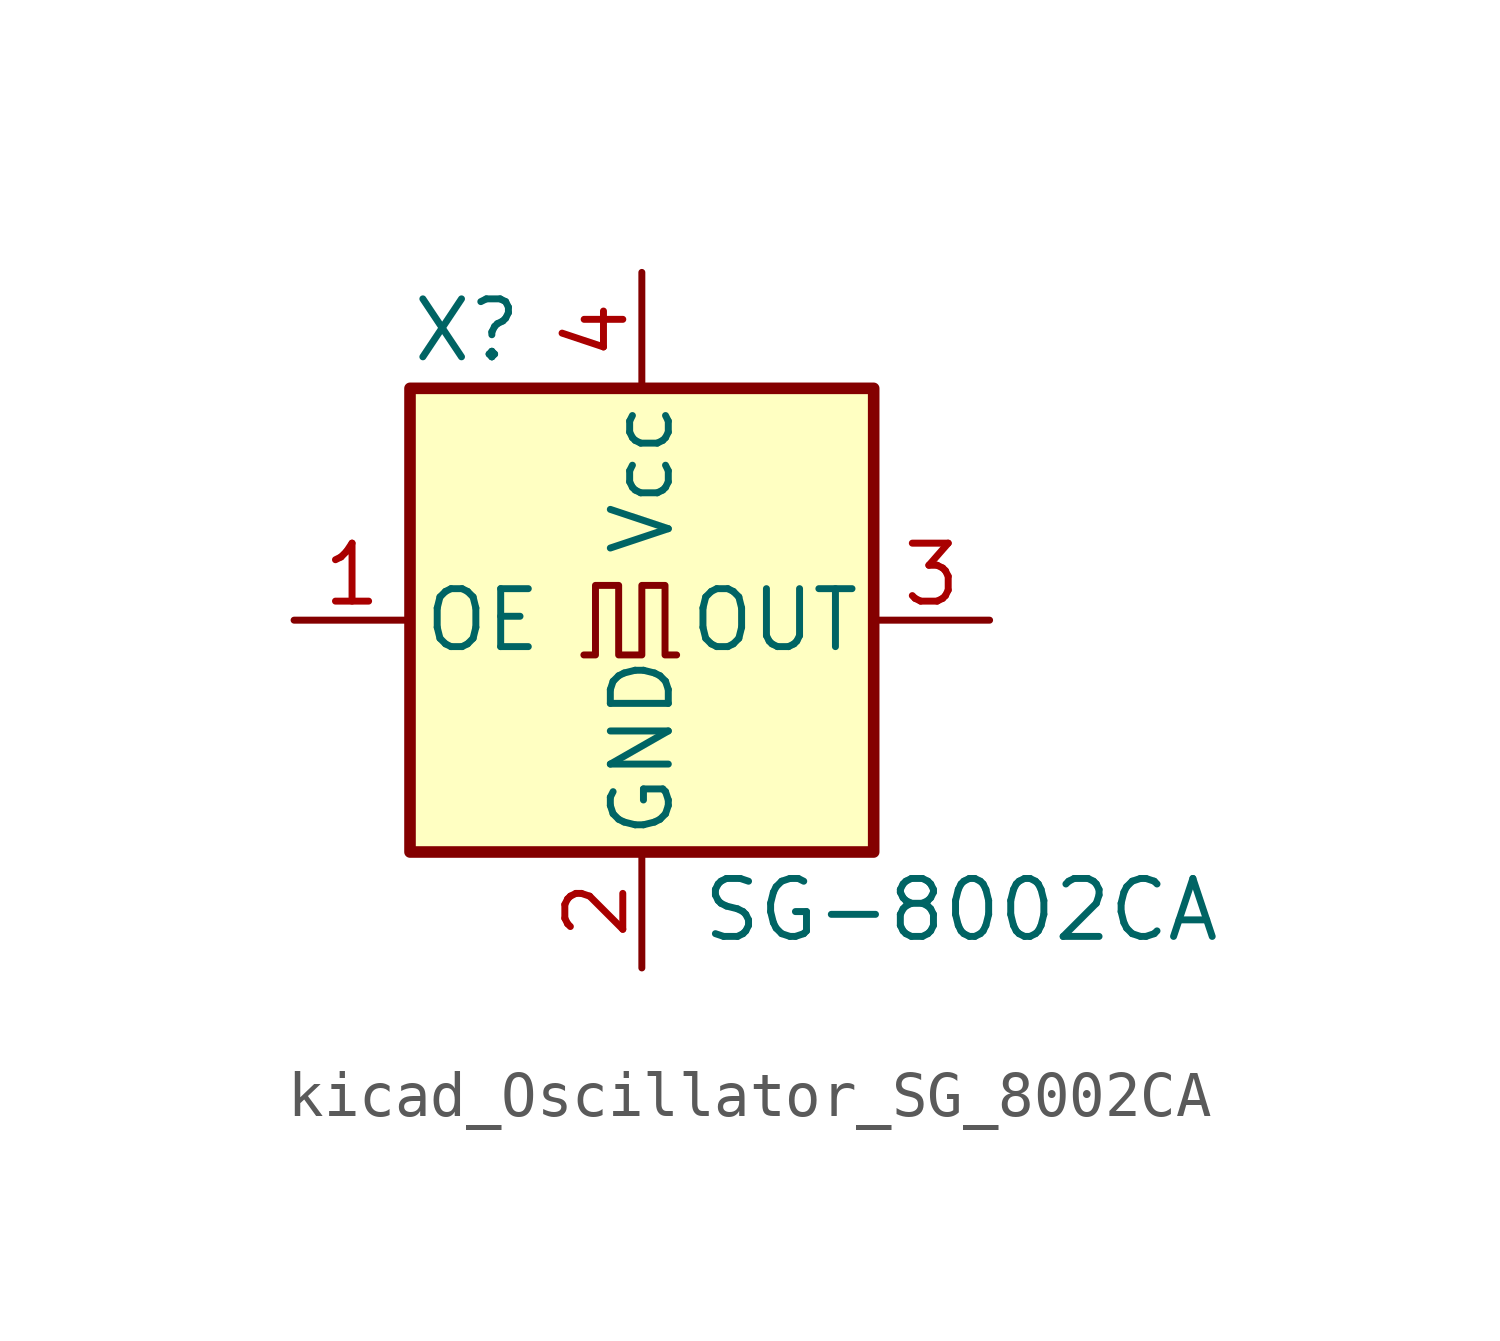
<source format=kicad_sym>
(kicad_symbol_lib
  (version 20220914)
  (generator kicad_symbol_editor)
  (symbol "kicad_Oscillator_SG_8002CA"
    (pin_names
      (offset 0.254))
    (property "Reference" "X"
      (at -5.08 6.35 0)
      (effects (font (size 1.27 1.27)) (justify left)))
    (property "Value" "SG-8002CA"
      (at 1.27 -6.35 0)
      (effects (font (size 1.27 1.27)) (justify left)))
    (symbol "kicad_Oscillator_SG_8002CA_0_1"
      (rectangle (start -5.08 5.08) (end 5.08 -5.08) (stroke (width 0.254) (type default)) (fill (type background)))
      (polyline (pts (xy -1.27 -0.762) (xy -1.016 -0.762) (xy -1.016 0.762) (xy -0.508 0.762) (xy -0.508 -0.762) (xy 0 -0.762) (xy 0 0.762) (xy 0.508 0.762) (xy 0.508 -0.762) (xy 0.762 -0.762)) (stroke (width 0) (type default)) (fill (type none))))
    (symbol "kicad_Oscillator_SG_8002CA_1_1"
      (pin input line (at -7.62 0 0) (length 2.54) (name "OE" (effects (font (size 1.27 1.27)))) (number "1" (effects (font (size 1.27 1.27)))))
      (pin power_in line (at 0 -7.62 90) (length 2.54) (name "GND" (effects (font (size 1.27 1.27)))) (number "2" (effects (font (size 1.27 1.27)))))
      (pin output line (at 7.62 0 180) (length 2.54) (name "OUT" (effects (font (size 1.27 1.27)))) (number "3" (effects (font (size 1.27 1.27)))))
      (pin power_in line (at 0 7.62 270) (length 2.54) (name "Vcc" (effects (font (size 1.27 1.27)))) (number "4" (effects (font (size 1.27 1.27))))))))
</source>
